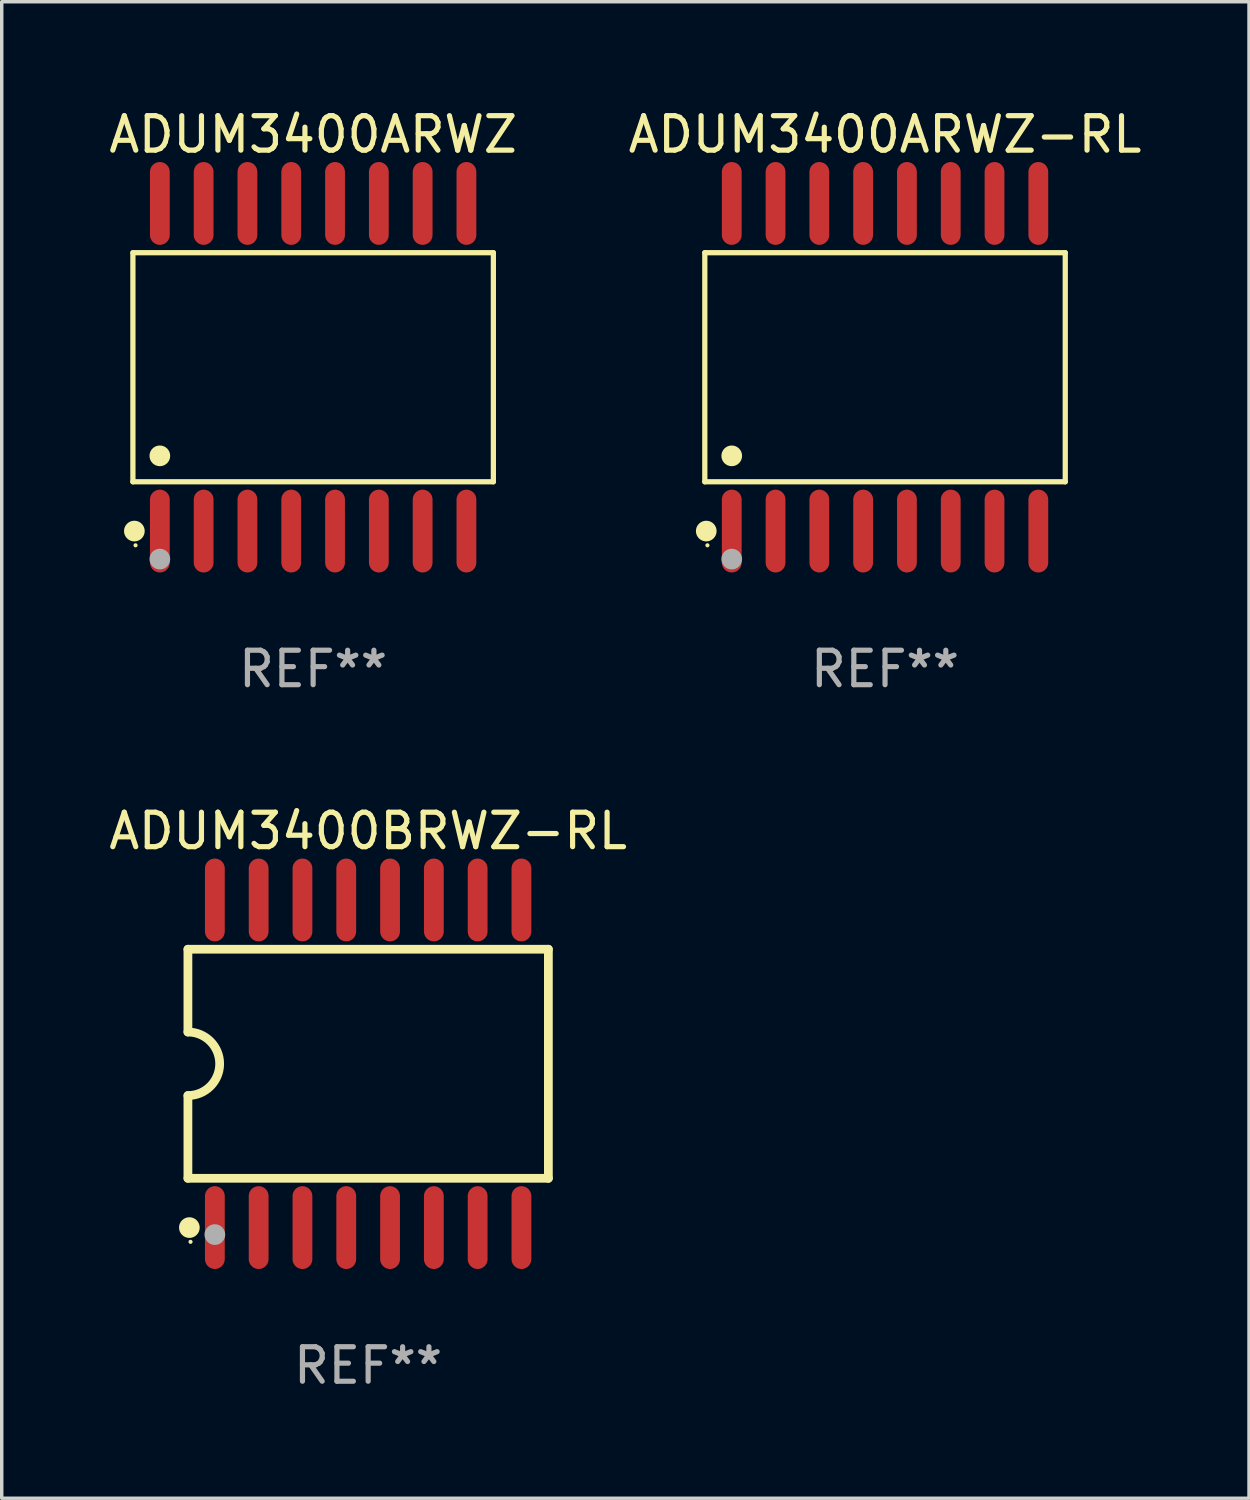
<source format=kicad_pcb>
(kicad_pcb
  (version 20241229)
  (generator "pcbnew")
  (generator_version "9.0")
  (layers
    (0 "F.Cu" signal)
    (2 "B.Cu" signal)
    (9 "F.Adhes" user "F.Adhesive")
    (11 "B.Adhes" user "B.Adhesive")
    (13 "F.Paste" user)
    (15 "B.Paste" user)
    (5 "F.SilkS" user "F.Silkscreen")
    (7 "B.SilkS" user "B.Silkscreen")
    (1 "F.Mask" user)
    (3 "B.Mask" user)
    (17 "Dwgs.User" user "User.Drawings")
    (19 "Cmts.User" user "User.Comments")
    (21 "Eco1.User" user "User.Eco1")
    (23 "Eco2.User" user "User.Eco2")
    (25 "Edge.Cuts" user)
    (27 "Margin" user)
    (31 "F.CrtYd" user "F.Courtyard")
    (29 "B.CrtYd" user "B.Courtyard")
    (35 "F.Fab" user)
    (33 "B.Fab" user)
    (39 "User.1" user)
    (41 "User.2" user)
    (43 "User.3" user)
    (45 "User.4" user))
  (footprint "ADUM3400BRWZ-RL"
    (layer "F.Cu")
    (at 7.625 27.796)
    (property "Reference" "ADUM3400BRWZ-RL" (at 0 -6.75 0) (layer "F.SilkS") (effects (font (size 1 1) (thickness 0.15))))
    (attr through_hole)
    (fp_line (start -5.226 -3.321) (end -5.226 -0.921) (stroke (width 0.254) (type solid)) (layer "F.SilkS"))
    (fp_line (start -5.226 -3.321) (end 5.226 -3.321) (stroke (width 0.254) (type solid)) (layer "F.SilkS"))
    (fp_line (start -5.226 3.321) (end -5.226 0.921) (stroke (width 0.254) (type solid)) (layer "F.SilkS"))
    (fp_line (start 5.226 -3.321) (end 5.226 3.321) (stroke (width 0.254) (type solid)) (layer "F.SilkS"))
    (fp_line (start 5.226 3.321) (end -5.226 3.321) (stroke (width 0.254) (type solid)) (layer "F.SilkS"))
    (fp_arc (start -5.226594 -0.920751) (mid -4.305538 0.000127) (end -5.226238 0.921361) (stroke (width 0.254001) (type solid)) (layer "F.SilkS"))
    (fp_circle (center -5.184 4.75) (end -5.034 4.75) (stroke (width 0.3) (type solid)) (fill no) (layer "F.SilkS"))
    (fp_circle (center -5.15 5.163) (end -5.12 5.163) (stroke (width 0.06) (type solid)) (fill no) (layer "F.SilkS"))
    (fp_circle (center -4.445 4.953) (end -4.295 4.953) (stroke (width 0.3) (type solid)) (fill no) (layer "F.Fab"))
    (fp_text user "REF**" (at 0 8.75 0) (layer "F.Fab") (effects (font (size 1 1) (thickness 0.15))))
    (pad "1" smd oval (at -4.445 4.75) (size 0.574 2.401) (layers "F.Cu" "F.Mask" "F.Paste"))
    (pad "2" smd oval (at -3.175 4.75) (size 0.574 2.401) (layers "F.Cu" "F.Mask" "F.Paste"))
    (pad "3" smd oval (at -1.905 4.75) (size 0.574 2.401) (layers "F.Cu" "F.Mask" "F.Paste"))
    (pad "4" smd oval (at -0.635 4.75) (size 0.574 2.401) (layers "F.Cu" "F.Mask" "F.Paste"))
    (pad "5" smd oval (at 0.635 4.75) (size 0.574 2.401) (layers "F.Cu" "F.Mask" "F.Paste"))
    (pad "6" smd oval (at 1.905 4.75) (size 0.574 2.401) (layers "F.Cu" "F.Mask" "F.Paste"))
    (pad "7" smd oval (at 3.175 4.75) (size 0.574 2.401) (layers "F.Cu" "F.Mask" "F.Paste"))
    (pad "8" smd oval (at 4.445 4.75) (size 0.574 2.401) (layers "F.Cu" "F.Mask" "F.Paste"))
    (pad "9" smd oval (at 4.445 -4.75) (size 0.574 2.401) (layers "F.Cu" "F.Mask" "F.Paste"))
    (pad "10" smd oval (at 3.175 -4.75) (size 0.574 2.401) (layers "F.Cu" "F.Mask" "F.Paste"))
    (pad "11" smd oval (at 1.905 -4.75) (size 0.574 2.401) (layers "F.Cu" "F.Mask" "F.Paste"))
    (pad "12" smd oval (at 0.635 -4.75) (size 0.574 2.401) (layers "F.Cu" "F.Mask" "F.Paste"))
    (pad "13" smd oval (at -0.635 -4.75) (size 0.574 2.401) (layers "F.Cu" "F.Mask" "F.Paste"))
    (pad "14" smd oval (at -1.905 -4.75) (size 0.574 2.401) (layers "F.Cu" "F.Mask" "F.Paste"))
    (pad "15" smd oval (at -3.175 -4.75) (size 0.574 2.401) (layers "F.Cu" "F.Mask" "F.Paste"))
    (pad "16" smd oval (at -4.445 -4.75) (size 0.574 2.401) (layers "F.Cu" "F.Mask" "F.Paste")))
  (footprint "ADUM3400ARWZ"
    (layer "F.Cu")
    (at 6.03 7.599)
    (property "Reference" "ADUM3400ARWZ" (at 0 -6.75 0) (layer "F.SilkS") (effects (font (size 1 1) (thickness 0.15))))
    (attr through_hole)
    (fp_line (start -5.226 -3.321) (end 5.226 -3.321) (stroke (width 0.152) (type solid)) (layer "F.SilkS"))
    (fp_line (start -5.226 3.321) (end -5.226 -3.321) (stroke (width 0.152) (type solid)) (layer "F.SilkS"))
    (fp_line (start 5.226 -3.321) (end 5.226 3.321) (stroke (width 0.152) (type solid)) (layer "F.SilkS"))
    (fp_line (start 5.226 3.321) (end -5.226 3.321) (stroke (width 0.152) (type solid)) (layer "F.SilkS"))
    (fp_circle (center -5.184 4.75) (end -5.034 4.75) (stroke (width 0.3) (type solid)) (fill no) (layer "F.SilkS"))
    (fp_circle (center -5.15 5.163) (end -5.12 5.163) (stroke (width 0.06) (type solid)) (fill no) (layer "F.SilkS"))
    (fp_circle (center -4.445 2.569) (end -4.295 2.569) (stroke (width 0.3) (type solid)) (fill no) (layer "F.SilkS"))
    (fp_circle (center -4.445 5.563) (end -4.295 5.563) (stroke (width 0.3) (type solid)) (fill no) (layer "F.Fab"))
    (fp_text user "REF**" (at 0 8.75 0) (layer "F.Fab") (effects (font (size 1 1) (thickness 0.15))))
    (pad "1" smd oval (at -4.445 4.75) (size 0.574 2.401) (layers "F.Cu" "F.Mask" "F.Paste"))
    (pad "2" smd oval (at -3.175 4.75) (size 0.574 2.401) (layers "F.Cu" "F.Mask" "F.Paste"))
    (pad "3" smd oval (at -1.905 4.75) (size 0.574 2.401) (layers "F.Cu" "F.Mask" "F.Paste"))
    (pad "4" smd oval (at -0.635 4.75) (size 0.574 2.401) (layers "F.Cu" "F.Mask" "F.Paste"))
    (pad "5" smd oval (at 0.635 4.75) (size 0.574 2.401) (layers "F.Cu" "F.Mask" "F.Paste"))
    (pad "6" smd oval (at 1.905 4.75) (size 0.574 2.401) (layers "F.Cu" "F.Mask" "F.Paste"))
    (pad "7" smd oval (at 3.175 4.75) (size 0.574 2.401) (layers "F.Cu" "F.Mask" "F.Paste"))
    (pad "8" smd oval (at 4.445 4.75) (size 0.574 2.401) (layers "F.Cu" "F.Mask" "F.Paste"))
    (pad "9" smd oval (at 4.445 -4.75) (size 0.574 2.401) (layers "F.Cu" "F.Mask" "F.Paste"))
    (pad "10" smd oval (at 3.175 -4.75) (size 0.574 2.401) (layers "F.Cu" "F.Mask" "F.Paste"))
    (pad "11" smd oval (at 1.905 -4.75) (size 0.574 2.401) (layers "F.Cu" "F.Mask" "F.Paste"))
    (pad "12" smd oval (at 0.635 -4.75) (size 0.574 2.401) (layers "F.Cu" "F.Mask" "F.Paste"))
    (pad "13" smd oval (at -0.635 -4.75) (size 0.574 2.401) (layers "F.Cu" "F.Mask" "F.Paste"))
    (pad "14" smd oval (at -1.905 -4.75) (size 0.574 2.401) (layers "F.Cu" "F.Mask" "F.Paste"))
    (pad "15" smd oval (at -3.175 -4.75) (size 0.574 2.401) (layers "F.Cu" "F.Mask" "F.Paste"))
    (pad "16" smd oval (at -4.445 -4.75) (size 0.574 2.401) (layers "F.Cu" "F.Mask" "F.Paste")))
  (footprint "ADUM3400ARWZ-RL"
    (layer "F.Cu")
    (at 22.613 7.599)
    (property "Reference" "ADUM3400ARWZ-RL" (at 0 -6.75 0) (layer "F.SilkS") (effects (font (size 1 1) (thickness 0.15))))
    (attr through_hole)
    (fp_line (start -5.226 -3.321) (end 5.226 -3.321) (stroke (width 0.152) (type solid)) (layer "F.SilkS"))
    (fp_line (start -5.226 3.321) (end -5.226 -3.321) (stroke (width 0.152) (type solid)) (layer "F.SilkS"))
    (fp_line (start 5.226 -3.321) (end 5.226 3.321) (stroke (width 0.152) (type solid)) (layer "F.SilkS"))
    (fp_line (start 5.226 3.321) (end -5.226 3.321) (stroke (width 0.152) (type solid)) (layer "F.SilkS"))
    (fp_circle (center -5.184 4.75) (end -5.034 4.75) (stroke (width 0.3) (type solid)) (fill no) (layer "F.SilkS"))
    (fp_circle (center -5.15 5.163) (end -5.12 5.163) (stroke (width 0.06) (type solid)) (fill no) (layer "F.SilkS"))
    (fp_circle (center -4.445 2.569) (end -4.295 2.569) (stroke (width 0.3) (type solid)) (fill no) (layer "F.SilkS"))
    (fp_circle (center -4.445 5.563) (end -4.295 5.563) (stroke (width 0.3) (type solid)) (fill no) (layer "F.Fab"))
    (fp_text user "REF**" (at 0 8.75 0) (layer "F.Fab") (effects (font (size 1 1) (thickness 0.15))))
    (pad "1" smd oval (at -4.445 4.75) (size 0.574 2.401) (layers "F.Cu" "F.Mask" "F.Paste"))
    (pad "2" smd oval (at -3.175 4.75) (size 0.574 2.401) (layers "F.Cu" "F.Mask" "F.Paste"))
    (pad "3" smd oval (at -1.905 4.75) (size 0.574 2.401) (layers "F.Cu" "F.Mask" "F.Paste"))
    (pad "4" smd oval (at -0.635 4.75) (size 0.574 2.401) (layers "F.Cu" "F.Mask" "F.Paste"))
    (pad "5" smd oval (at 0.635 4.75) (size 0.574 2.401) (layers "F.Cu" "F.Mask" "F.Paste"))
    (pad "6" smd oval (at 1.905 4.75) (size 0.574 2.401) (layers "F.Cu" "F.Mask" "F.Paste"))
    (pad "7" smd oval (at 3.175 4.75) (size 0.574 2.401) (layers "F.Cu" "F.Mask" "F.Paste"))
    (pad "8" smd oval (at 4.445 4.75) (size 0.574 2.401) (layers "F.Cu" "F.Mask" "F.Paste"))
    (pad "9" smd oval (at 4.445 -4.75) (size 0.574 2.401) (layers "F.Cu" "F.Mask" "F.Paste"))
    (pad "10" smd oval (at 3.175 -4.75) (size 0.574 2.401) (layers "F.Cu" "F.Mask" "F.Paste"))
    (pad "11" smd oval (at 1.905 -4.75) (size 0.574 2.401) (layers "F.Cu" "F.Mask" "F.Paste"))
    (pad "12" smd oval (at 0.635 -4.75) (size 0.574 2.401) (layers "F.Cu" "F.Mask" "F.Paste"))
    (pad "13" smd oval (at -0.635 -4.75) (size 0.574 2.401) (layers "F.Cu" "F.Mask" "F.Paste"))
    (pad "14" smd oval (at -1.905 -4.75) (size 0.574 2.401) (layers "F.Cu" "F.Mask" "F.Paste"))
    (pad "15" smd oval (at -3.175 -4.75) (size 0.574 2.401) (layers "F.Cu" "F.Mask" "F.Paste"))
    (pad "16" smd oval (at -4.445 -4.75) (size 0.574 2.401) (layers "F.Cu" "F.Mask" "F.Paste")))
  (gr_rect
    (start -3 -3)
    (end 33.167 40.394)
    (stroke (width 0.1) (type default))
    (fill no)
    (layer "Edge.Cuts")))
</source>
